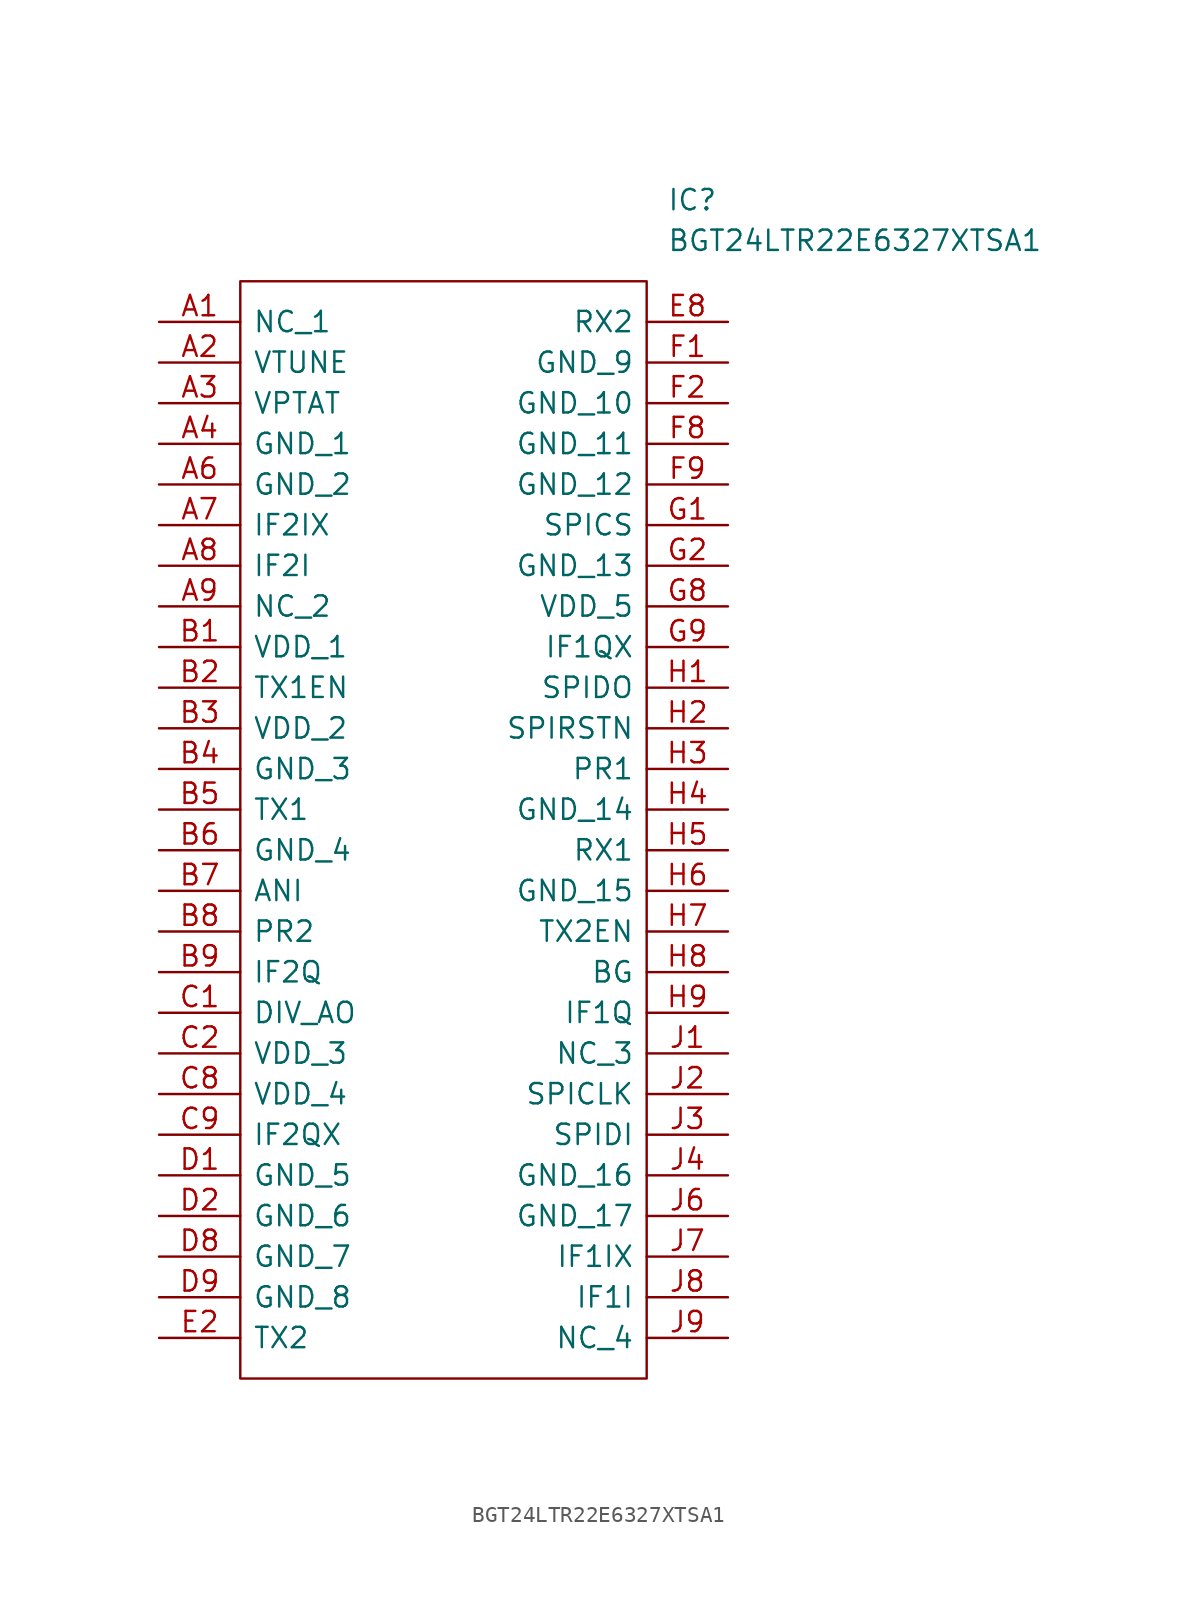
<source format=kicad_sym>
(kicad_symbol_lib
  (version 20211014)
  (generator kicad_symbol_editor)
  (symbol "BGT24LTR22E6327XTSA1"
    (pin_names
      (offset 0.762))
    (property "Reference" "IC"
      (at 31.75 7.62 0)
      (effects (font (size 1.27 1.27)) (justify left)))
    (property "Value" "BGT24LTR22E6327XTSA1"
      (at 31.75 5.08 0)
      (effects (font (size 1.27 1.27)) (justify left)))
    (symbol "BGT24LTR22E6327XTSA1_0_0"
      (pin passive line (at 0 0 0) (length 5.08) (name "NC_1" (effects (font (size 1.27 1.27)))) (number "A1" (effects (font (size 1.27 1.27)))))
      (pin passive line (at 0 -2.54 0) (length 5.08) (name "VTUNE" (effects (font (size 1.27 1.27)))) (number "A2" (effects (font (size 1.27 1.27)))))
      (pin passive line (at 0 -5.08 0) (length 5.08) (name "VPTAT" (effects (font (size 1.27 1.27)))) (number "A3" (effects (font (size 1.27 1.27)))))
      (pin passive line (at 0 -7.62 0) (length 5.08) (name "GND_1" (effects (font (size 1.27 1.27)))) (number "A4" (effects (font (size 1.27 1.27)))))
      (pin passive line (at 0 -10.16 0) (length 5.08) (name "GND_2" (effects (font (size 1.27 1.27)))) (number "A6" (effects (font (size 1.27 1.27)))))
      (pin passive line (at 0 -12.7 0) (length 5.08) (name "IF2IX" (effects (font (size 1.27 1.27)))) (number "A7" (effects (font (size 1.27 1.27)))))
      (pin passive line (at 0 -15.24 0) (length 5.08) (name "IF2I" (effects (font (size 1.27 1.27)))) (number "A8" (effects (font (size 1.27 1.27)))))
      (pin passive line (at 0 -17.78 0) (length 5.08) (name "NC_2" (effects (font (size 1.27 1.27)))) (number "A9" (effects (font (size 1.27 1.27)))))
      (pin passive line (at 0 -20.32 0) (length 5.08) (name "VDD_1" (effects (font (size 1.27 1.27)))) (number "B1" (effects (font (size 1.27 1.27)))))
      (pin passive line (at 0 -22.86 0) (length 5.08) (name "TX1EN" (effects (font (size 1.27 1.27)))) (number "B2" (effects (font (size 1.27 1.27)))))
      (pin passive line (at 0 -25.4 0) (length 5.08) (name "VDD_2" (effects (font (size 1.27 1.27)))) (number "B3" (effects (font (size 1.27 1.27)))))
      (pin passive line (at 0 -27.94 0) (length 5.08) (name "GND_3" (effects (font (size 1.27 1.27)))) (number "B4" (effects (font (size 1.27 1.27)))))
      (pin passive line (at 0 -30.48 0) (length 5.08) (name "TX1" (effects (font (size 1.27 1.27)))) (number "B5" (effects (font (size 1.27 1.27)))))
      (pin passive line (at 0 -33.02 0) (length 5.08) (name "GND_4" (effects (font (size 1.27 1.27)))) (number "B6" (effects (font (size 1.27 1.27)))))
      (pin passive line (at 0 -35.56 0) (length 5.08) (name "ANI" (effects (font (size 1.27 1.27)))) (number "B7" (effects (font (size 1.27 1.27)))))
      (pin passive line (at 0 -38.1 0) (length 5.08) (name "PR2" (effects (font (size 1.27 1.27)))) (number "B8" (effects (font (size 1.27 1.27)))))
      (pin passive line (at 0 -40.64 0) (length 5.08) (name "IF2Q" (effects (font (size 1.27 1.27)))) (number "B9" (effects (font (size 1.27 1.27)))))
      (pin passive line (at 0 -43.18 0) (length 5.08) (name "DIV_AO" (effects (font (size 1.27 1.27)))) (number "C1" (effects (font (size 1.27 1.27)))))
      (pin passive line (at 0 -45.72 0) (length 5.08) (name "VDD_3" (effects (font (size 1.27 1.27)))) (number "C2" (effects (font (size 1.27 1.27)))))
      (pin passive line (at 0 -48.26 0) (length 5.08) (name "VDD_4" (effects (font (size 1.27 1.27)))) (number "C8" (effects (font (size 1.27 1.27)))))
      (pin passive line (at 0 -50.8 0) (length 5.08) (name "IF2QX" (effects (font (size 1.27 1.27)))) (number "C9" (effects (font (size 1.27 1.27)))))
      (pin passive line (at 0 -53.34 0) (length 5.08) (name "GND_5" (effects (font (size 1.27 1.27)))) (number "D1" (effects (font (size 1.27 1.27)))))
      (pin passive line (at 0 -55.88 0) (length 5.08) (name "GND_6" (effects (font (size 1.27 1.27)))) (number "D2" (effects (font (size 1.27 1.27)))))
      (pin passive line (at 0 -58.42 0) (length 5.08) (name "GND_7" (effects (font (size 1.27 1.27)))) (number "D8" (effects (font (size 1.27 1.27)))))
      (pin passive line (at 0 -60.96 0) (length 5.08) (name "GND_8" (effects (font (size 1.27 1.27)))) (number "D9" (effects (font (size 1.27 1.27)))))
      (pin passive line (at 0 -63.5 0) (length 5.08) (name "TX2" (effects (font (size 1.27 1.27)))) (number "E2" (effects (font (size 1.27 1.27)))))
      (pin passive line (at 35.56 0 180) (length 5.08) (name "RX2" (effects (font (size 1.27 1.27)))) (number "E8" (effects (font (size 1.27 1.27)))))
      (pin passive line (at 35.56 -2.54 180) (length 5.08) (name "GND_9" (effects (font (size 1.27 1.27)))) (number "F1" (effects (font (size 1.27 1.27)))))
      (pin passive line (at 35.56 -5.08 180) (length 5.08) (name "GND_10" (effects (font (size 1.27 1.27)))) (number "F2" (effects (font (size 1.27 1.27)))))
      (pin passive line (at 35.56 -7.62 180) (length 5.08) (name "GND_11" (effects (font (size 1.27 1.27)))) (number "F8" (effects (font (size 1.27 1.27)))))
      (pin passive line (at 35.56 -10.16 180) (length 5.08) (name "GND_12" (effects (font (size 1.27 1.27)))) (number "F9" (effects (font (size 1.27 1.27)))))
      (pin passive line (at 35.56 -12.7 180) (length 5.08) (name "SPICS" (effects (font (size 1.27 1.27)))) (number "G1" (effects (font (size 1.27 1.27)))))
      (pin passive line (at 35.56 -15.24 180) (length 5.08) (name "GND_13" (effects (font (size 1.27 1.27)))) (number "G2" (effects (font (size 1.27 1.27)))))
      (pin passive line (at 35.56 -17.78 180) (length 5.08) (name "VDD_5" (effects (font (size 1.27 1.27)))) (number "G8" (effects (font (size 1.27 1.27)))))
      (pin passive line (at 35.56 -20.32 180) (length 5.08) (name "IF1QX" (effects (font (size 1.27 1.27)))) (number "G9" (effects (font (size 1.27 1.27)))))
      (pin passive line (at 35.56 -22.86 180) (length 5.08) (name "SPIDO" (effects (font (size 1.27 1.27)))) (number "H1" (effects (font (size 1.27 1.27)))))
      (pin passive line (at 35.56 -25.4 180) (length 5.08) (name "SPIRSTN" (effects (font (size 1.27 1.27)))) (number "H2" (effects (font (size 1.27 1.27)))))
      (pin passive line (at 35.56 -27.94 180) (length 5.08) (name "PR1" (effects (font (size 1.27 1.27)))) (number "H3" (effects (font (size 1.27 1.27)))))
      (pin passive line (at 35.56 -30.48 180) (length 5.08) (name "GND_14" (effects (font (size 1.27 1.27)))) (number "H4" (effects (font (size 1.27 1.27)))))
      (pin passive line (at 35.56 -33.02 180) (length 5.08) (name "RX1" (effects (font (size 1.27 1.27)))) (number "H5" (effects (font (size 1.27 1.27)))))
      (pin passive line (at 35.56 -35.56 180) (length 5.08) (name "GND_15" (effects (font (size 1.27 1.27)))) (number "H6" (effects (font (size 1.27 1.27)))))
      (pin passive line (at 35.56 -38.1 180) (length 5.08) (name "TX2EN" (effects (font (size 1.27 1.27)))) (number "H7" (effects (font (size 1.27 1.27)))))
      (pin passive line (at 35.56 -40.64 180) (length 5.08) (name "BG" (effects (font (size 1.27 1.27)))) (number "H8" (effects (font (size 1.27 1.27)))))
      (pin passive line (at 35.56 -43.18 180) (length 5.08) (name "IF1Q" (effects (font (size 1.27 1.27)))) (number "H9" (effects (font (size 1.27 1.27)))))
      (pin passive line (at 35.56 -45.72 180) (length 5.08) (name "NC_3" (effects (font (size 1.27 1.27)))) (number "J1" (effects (font (size 1.27 1.27)))))
      (pin passive line (at 35.56 -48.26 180) (length 5.08) (name "SPICLK" (effects (font (size 1.27 1.27)))) (number "J2" (effects (font (size 1.27 1.27)))))
      (pin passive line (at 35.56 -50.8 180) (length 5.08) (name "SPIDI" (effects (font (size 1.27 1.27)))) (number "J3" (effects (font (size 1.27 1.27)))))
      (pin passive line (at 35.56 -53.34 180) (length 5.08) (name "GND_16" (effects (font (size 1.27 1.27)))) (number "J4" (effects (font (size 1.27 1.27)))))
      (pin passive line (at 35.56 -55.88 180) (length 5.08) (name "GND_17" (effects (font (size 1.27 1.27)))) (number "J6" (effects (font (size 1.27 1.27)))))
      (pin passive line (at 35.56 -58.42 180) (length 5.08) (name "IF1IX" (effects (font (size 1.27 1.27)))) (number "J7" (effects (font (size 1.27 1.27)))))
      (pin passive line (at 35.56 -60.96 180) (length 5.08) (name "IF1I" (effects (font (size 1.27 1.27)))) (number "J8" (effects (font (size 1.27 1.27)))))
      (pin passive line (at 35.56 -63.5 180) (length 5.08) (name "NC_4" (effects (font (size 1.27 1.27)))) (number "J9" (effects (font (size 1.27 1.27))))))
    (symbol "BGT24LTR22E6327XTSA1_0_1"
      (polyline (pts (xy 5.08 2.54) (xy 30.48 2.54) (xy 30.48 -66.04) (xy 5.08 -66.04) (xy 5.08 2.54)) (stroke (width 0.152) (type default) (color 0 0 0 0)) (fill (type none))))))
</source>
